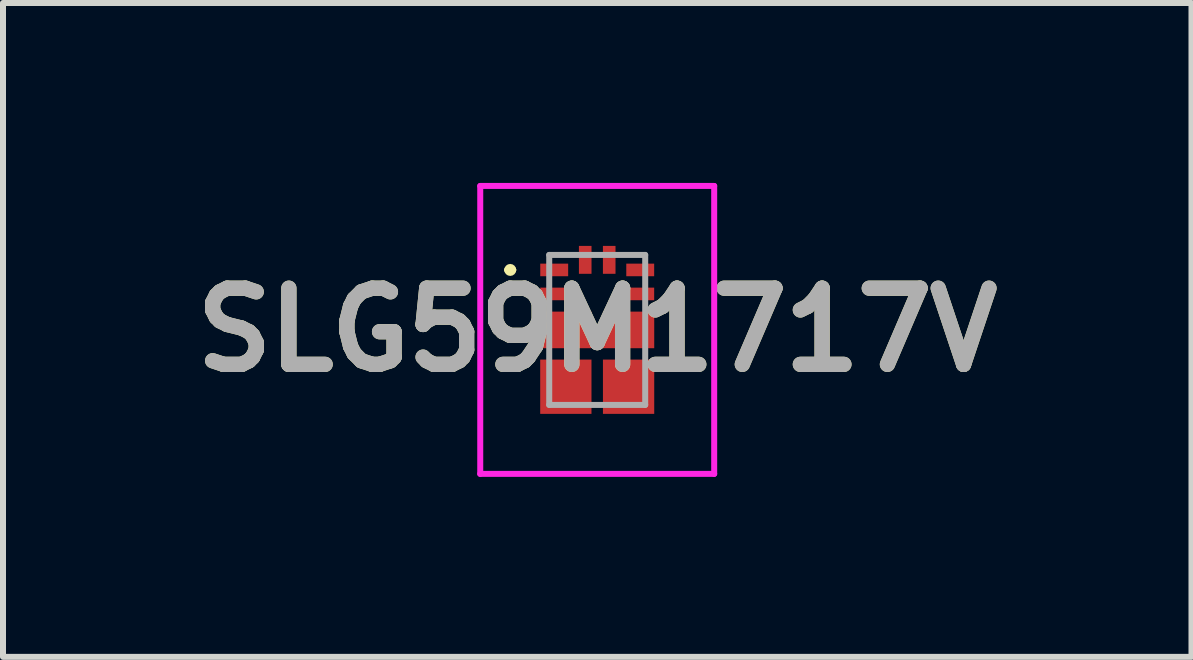
<source format=kicad_pcb>
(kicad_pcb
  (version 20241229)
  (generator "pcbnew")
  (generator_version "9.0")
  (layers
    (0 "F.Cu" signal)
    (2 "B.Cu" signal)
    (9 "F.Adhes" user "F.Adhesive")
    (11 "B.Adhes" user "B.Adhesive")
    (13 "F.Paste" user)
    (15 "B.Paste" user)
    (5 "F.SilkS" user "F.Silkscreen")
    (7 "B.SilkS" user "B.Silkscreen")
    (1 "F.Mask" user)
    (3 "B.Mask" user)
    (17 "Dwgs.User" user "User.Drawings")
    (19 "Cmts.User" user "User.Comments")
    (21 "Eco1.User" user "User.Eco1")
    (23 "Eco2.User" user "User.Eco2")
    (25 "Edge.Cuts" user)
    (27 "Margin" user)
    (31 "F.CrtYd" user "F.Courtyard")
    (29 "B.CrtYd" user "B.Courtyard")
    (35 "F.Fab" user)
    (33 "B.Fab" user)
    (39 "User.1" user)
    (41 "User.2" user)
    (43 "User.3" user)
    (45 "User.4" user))
  (footprint "SLG59M1717V"
    (layer "F.Cu")
    (at 6.906 2.45)
    (property "Reference" "SLG59M1717V" (at 0 0 0) (layer "F.SilkS") (effects (font (size 1.27 1.27) (thickness 0.254))))
    (attr smd)
    (fp_line (start -1.5 -1) (end -1.5 -1) (stroke (width 0.1) (type solid)) (layer "F.SilkS"))
    (fp_line (start -1.4 -1) (end -1.4 -1) (stroke (width 0.1) (type solid)) (layer "F.SilkS"))
    (fp_arc (start -1.5 -1) (mid -1.45 -1.05) (end -1.4 -1) (stroke (width 0.1) (type solid)) (layer "F.SilkS"))
    (fp_arc (start -1.4 -1) (mid -1.45 -0.95) (end -1.5 -1) (stroke (width 0.1) (type solid)) (layer "F.SilkS"))
    (fp_line (start -1.95 -2.4) (end 1.95 -2.4) (stroke (width 0.1) (type solid)) (layer "F.CrtYd"))
    (fp_line (start -1.95 2.4) (end -1.95 -2.4) (stroke (width 0.1) (type solid)) (layer "F.CrtYd"))
    (fp_line (start 1.95 -2.4) (end 1.95 2.4) (stroke (width 0.1) (type solid)) (layer "F.CrtYd"))
    (fp_line (start 1.95 2.4) (end -1.95 2.4) (stroke (width 0.1) (type solid)) (layer "F.CrtYd"))
    (fp_line (start -0.8 -1.25) (end -0.8 1.25) (stroke (width 0.1) (type solid)) (layer "F.Fab"))
    (fp_line (start -0.8 1.25) (end 0.8 1.25) (stroke (width 0.1) (type solid)) (layer "F.Fab"))
    (fp_line (start 0.8 -1.25) (end -0.8 -1.25) (stroke (width 0.1) (type solid)) (layer "F.Fab"))
    (fp_line (start 0.8 1.25) (end 0.8 -1.25) (stroke (width 0.1) (type solid)) (layer "F.Fab"))
    (fp_text user "${REFERENCE}" (at 0 0 0) (layer "F.Fab") (effects (font (size 1.27 1.27) (thickness 0.254))))
    (pad "1" smd rect (at -0.717 -1 90) (size 0.21 0.465) (layers "F.Cu" "F.Mask" "F.Paste"))
    (pad "2" smd rect (at -0.717 -0.6 90) (size 0.21 0.465) (layers "F.Cu" "F.Mask" "F.Paste"))
    (pad "3" smd rect (at -0.523 0 90) (size 0.61 0.855) (layers "F.Cu" "F.Mask" "F.Paste"))
    (pad "5" smd rect (at -0.523 0.947) (size 0.855 0.905) (layers "F.Cu" "F.Mask" "F.Paste"))
    (pad "8" smd rect (at 0.523 0.947) (size 0.855 0.905) (layers "F.Cu" "F.Mask" "F.Paste"))
    (pad "11" smd rect (at 0.523 0 90) (size 0.61 0.855) (layers "F.Cu" "F.Mask" "F.Paste"))
    (pad "13" smd rect (at 0.717 -0.6 90) (size 0.21 0.465) (layers "F.Cu" "F.Mask" "F.Paste"))
    (pad "14" smd rect (at 0.717 -1 90) (size 0.21 0.465) (layers "F.Cu" "F.Mask" "F.Paste"))
    (pad "15" smd rect (at 0.2 -1.168) (size 0.21 0.465) (layers "F.Cu" "F.Mask" "F.Paste"))
    (pad "16" smd rect (at -0.2 -1.168) (size 0.21 0.465) (layers "F.Cu" "F.Mask" "F.Paste")))
  (gr_rect
    (start -3 -3)
    (end 16.813 7.9)
    (stroke (width 0.1) (type default))
    (fill no)
    (layer "Edge.Cuts")))
</source>
